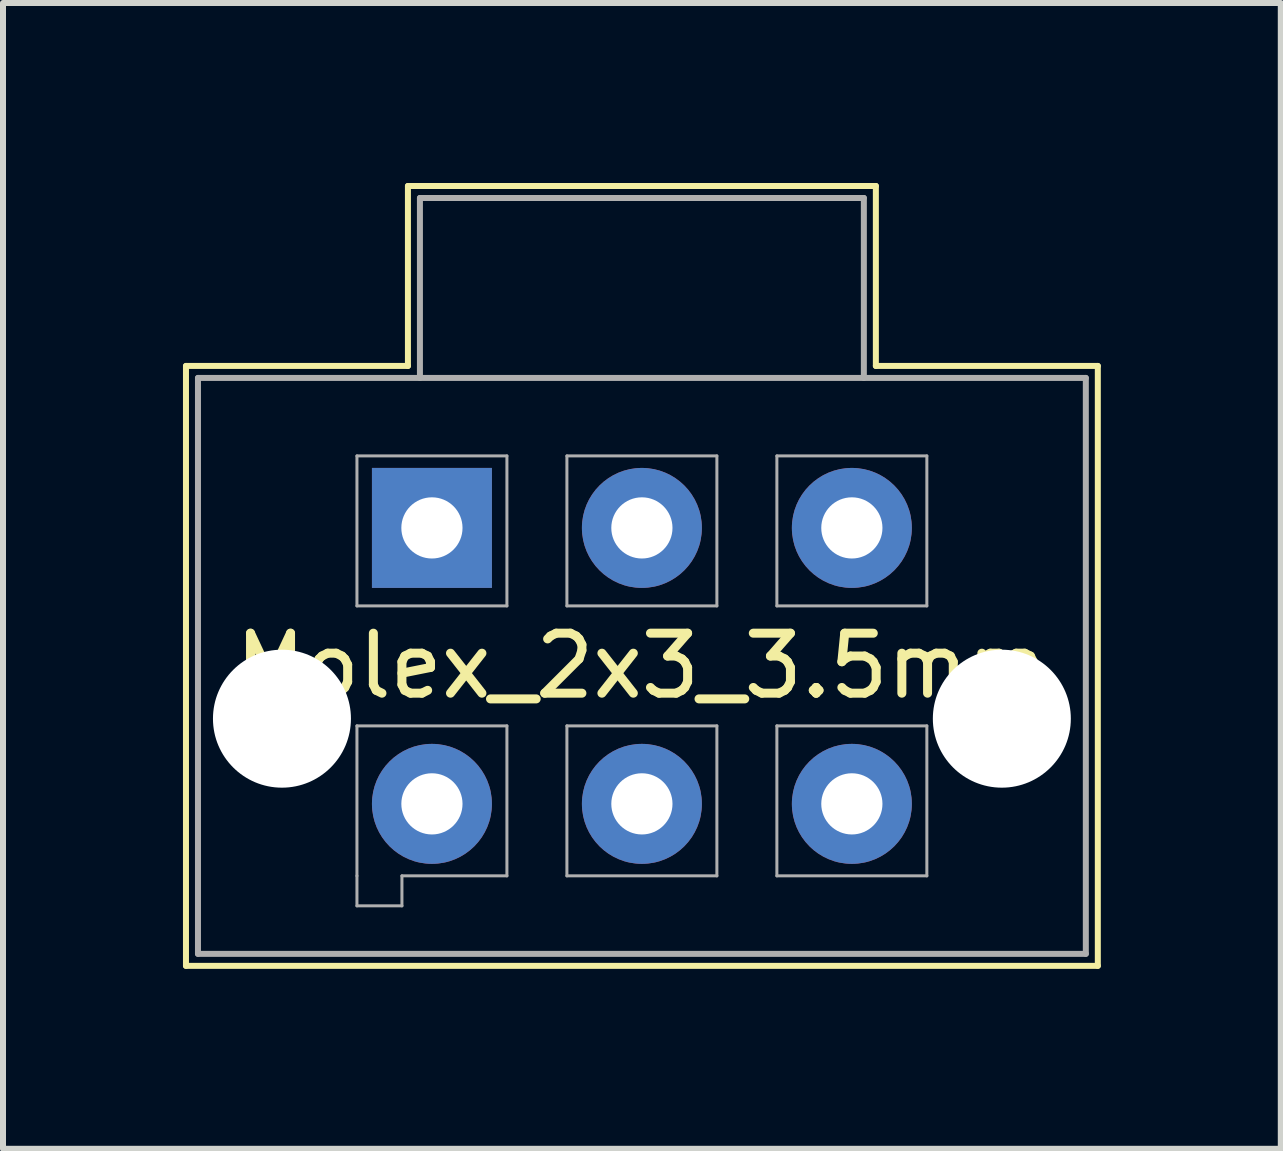
<source format=kicad_pcb>
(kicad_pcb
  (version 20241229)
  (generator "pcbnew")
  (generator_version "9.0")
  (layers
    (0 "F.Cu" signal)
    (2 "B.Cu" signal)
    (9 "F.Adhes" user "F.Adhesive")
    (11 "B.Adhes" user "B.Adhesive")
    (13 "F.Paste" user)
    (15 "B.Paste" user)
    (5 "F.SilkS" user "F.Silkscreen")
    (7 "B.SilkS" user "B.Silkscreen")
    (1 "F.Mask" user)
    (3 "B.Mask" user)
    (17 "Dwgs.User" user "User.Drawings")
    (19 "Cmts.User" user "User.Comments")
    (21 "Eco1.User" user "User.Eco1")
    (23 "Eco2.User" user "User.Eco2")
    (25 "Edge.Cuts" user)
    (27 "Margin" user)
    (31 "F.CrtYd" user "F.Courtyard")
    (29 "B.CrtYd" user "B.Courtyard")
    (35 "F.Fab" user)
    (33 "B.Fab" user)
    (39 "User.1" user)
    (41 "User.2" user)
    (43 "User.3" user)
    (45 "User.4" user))
  (footprint "Molex_2x3_3.5mm"
    (layer "F.Cu")
    (at 7.65 8.05)
    (property "Reference" "Molex_2x3_3.5mm" (at 0 0 0) (layer "F.SilkS") (effects (font (size 1 1) (thickness 0.15))))
    (attr through_hole)
    (fp_line (start -7.6 -5) (end -7.6 5) (stroke (width 0.1) (type solid)) (layer "F.SilkS"))
    (fp_line (start -7.6 -5) (end -3.9 -5) (stroke (width 0.1) (type solid)) (layer "F.SilkS"))
    (fp_line (start -7.6 5) (end 7.6 5) (stroke (width 0.1) (type solid)) (layer "F.SilkS"))
    (fp_line (start -3.9 -8) (end 3.9 -8) (stroke (width 0.1) (type solid)) (layer "F.SilkS"))
    (fp_line (start -3.9 -5) (end -3.9 -8) (stroke (width 0.1) (type solid)) (layer "F.SilkS"))
    (fp_line (start 3.9 -8) (end 3.9 -5) (stroke (width 0.1) (type solid)) (layer "F.SilkS"))
    (fp_line (start 3.9 -5) (end 7.6 -5) (stroke (width 0.1) (type solid)) (layer "F.SilkS"))
    (fp_line (start 7.6 5) (end 7.6 -5) (stroke (width 0.1) (type solid)) (layer "F.SilkS"))
    (fp_line (start -7.4 -4.8) (end -7.4 4.8) (stroke (width 0.1) (type solid)) (layer "F.Fab"))
    (fp_line (start -7.4 4.8) (end 7.4 4.8) (stroke (width 0.1) (type solid)) (layer "F.Fab"))
    (fp_line (start -4.75 -3.5) (end -2.25 -3.5) (stroke (width 0.05) (type solid)) (layer "F.Fab"))
    (fp_line (start -4.75 -1) (end -4.75 -3.5) (stroke (width 0.05) (type solid)) (layer "F.Fab"))
    (fp_line (start -4.75 1) (end -2.25 1) (stroke (width 0.05) (type solid)) (layer "F.Fab"))
    (fp_line (start -4.75 3.5) (end -4.75 1) (stroke (width 0.05) (type solid)) (layer "F.Fab"))
    (fp_line (start -4.75 4) (end -4.75 3.5) (stroke (width 0.05) (type solid)) (layer "F.Fab"))
    (fp_line (start -4 3.5) (end -4 4) (stroke (width 0.05) (type solid)) (layer "F.Fab"))
    (fp_line (start -4 4) (end -4.75 4) (stroke (width 0.05) (type solid)) (layer "F.Fab"))
    (fp_line (start -3.7 -7.8) (end -3.7 -4.8) (stroke (width 0.1) (type solid)) (layer "F.Fab"))
    (fp_line (start -2.25 -3.5) (end -2.25 -1) (stroke (width 0.05) (type solid)) (layer "F.Fab"))
    (fp_line (start -2.25 -1) (end -4.75 -1) (stroke (width 0.05) (type solid)) (layer "F.Fab"))
    (fp_line (start -2.25 1) (end -2.25 3.5) (stroke (width 0.05) (type solid)) (layer "F.Fab"))
    (fp_line (start -2.25 3.5) (end -4 3.5) (stroke (width 0.05) (type solid)) (layer "F.Fab"))
    (fp_line (start -1.25 -3.5) (end 1.25 -3.5) (stroke (width 0.05) (type solid)) (layer "F.Fab"))
    (fp_line (start -1.25 -1) (end -1.25 -3.5) (stroke (width 0.05) (type solid)) (layer "F.Fab"))
    (fp_line (start -1.25 1) (end -1.25 3.5) (stroke (width 0.05) (type solid)) (layer "F.Fab"))
    (fp_line (start -1.25 3.5) (end 1.25 3.5) (stroke (width 0.05) (type solid)) (layer "F.Fab"))
    (fp_line (start 1.25 -3.5) (end 1.25 -1) (stroke (width 0.05) (type solid)) (layer "F.Fab"))
    (fp_line (start 1.25 -1) (end -1.25 -1) (stroke (width 0.05) (type solid)) (layer "F.Fab"))
    (fp_line (start 1.25 1) (end -1.25 1) (stroke (width 0.05) (type solid)) (layer "F.Fab"))
    (fp_line (start 1.25 3.5) (end 1.25 1) (stroke (width 0.05) (type solid)) (layer "F.Fab"))
    (fp_line (start 2.25 -3.5) (end 4.75 -3.5) (stroke (width 0.05) (type solid)) (layer "F.Fab"))
    (fp_line (start 2.25 -1) (end 2.25 -3.5) (stroke (width 0.05) (type solid)) (layer "F.Fab"))
    (fp_line (start 2.25 1) (end 2.25 3.5) (stroke (width 0.05) (type solid)) (layer "F.Fab"))
    (fp_line (start 2.25 3.5) (end 4.75 3.5) (stroke (width 0.05) (type solid)) (layer "F.Fab"))
    (fp_line (start 3.7 -7.8) (end -3.7 -7.8) (stroke (width 0.1) (type solid)) (layer "F.Fab"))
    (fp_line (start 3.7 -4.8) (end 3.7 -7.8) (stroke (width 0.1) (type solid)) (layer "F.Fab"))
    (fp_line (start 4.75 -3.5) (end 4.75 -1) (stroke (width 0.05) (type solid)) (layer "F.Fab"))
    (fp_line (start 4.75 -1) (end 2.25 -1) (stroke (width 0.05) (type solid)) (layer "F.Fab"))
    (fp_line (start 4.75 1) (end 2.25 1) (stroke (width 0.05) (type solid)) (layer "F.Fab"))
    (fp_line (start 4.75 3.5) (end 4.75 1) (stroke (width 0.05) (type solid)) (layer "F.Fab"))
    (fp_line (start 7.4 -4.8) (end -7.4 -4.8) (stroke (width 0.1) (type solid)) (layer "F.Fab"))
    (fp_line (start 7.4 4.8) (end 7.4 -4.8) (stroke (width 0.1) (type solid)) (layer "F.Fab"))
    (pad "" np_thru_hole circle (at -6 0.88) (size 2.3 2.3) (drill 2.3) (layers "*.Cu" "*.Mask"))
    (pad "" np_thru_hole circle (at 6 0.88) (size 2.3 2.3) (drill 2.3) (layers "*.Cu" "*.Mask"))
    (pad "1" thru_hole rect (at -3.5 -2.3) (size 2 2) (drill 1.02) (layers "*.Cu" "*.Mask"))
    (pad "2" thru_hole circle (at 0 -2.3) (size 2 2) (drill 1.02) (layers "*.Cu" "*.Mask"))
    (pad "3" thru_hole circle (at 3.5 -2.3) (size 2 2) (drill 1.02) (layers "*.Cu" "*.Mask"))
    (pad "4" thru_hole circle (at -3.5 2.3) (size 2 2) (drill 1.02) (layers "*.Cu" "*.Mask"))
    (pad "5" thru_hole circle (at 0 2.3) (size 2 2) (drill 1.02) (layers "*.Cu" "*.Mask"))
    (pad "6" thru_hole circle (at 3.5 2.3) (size 2 2) (drill 1.02) (layers "*.Cu" "*.Mask")))
  (gr_rect
    (start -3 -3)
    (end 18.3 16.1)
    (stroke (width 0.1) (type default))
    (fill no)
    (layer "Edge.Cuts")))
</source>
